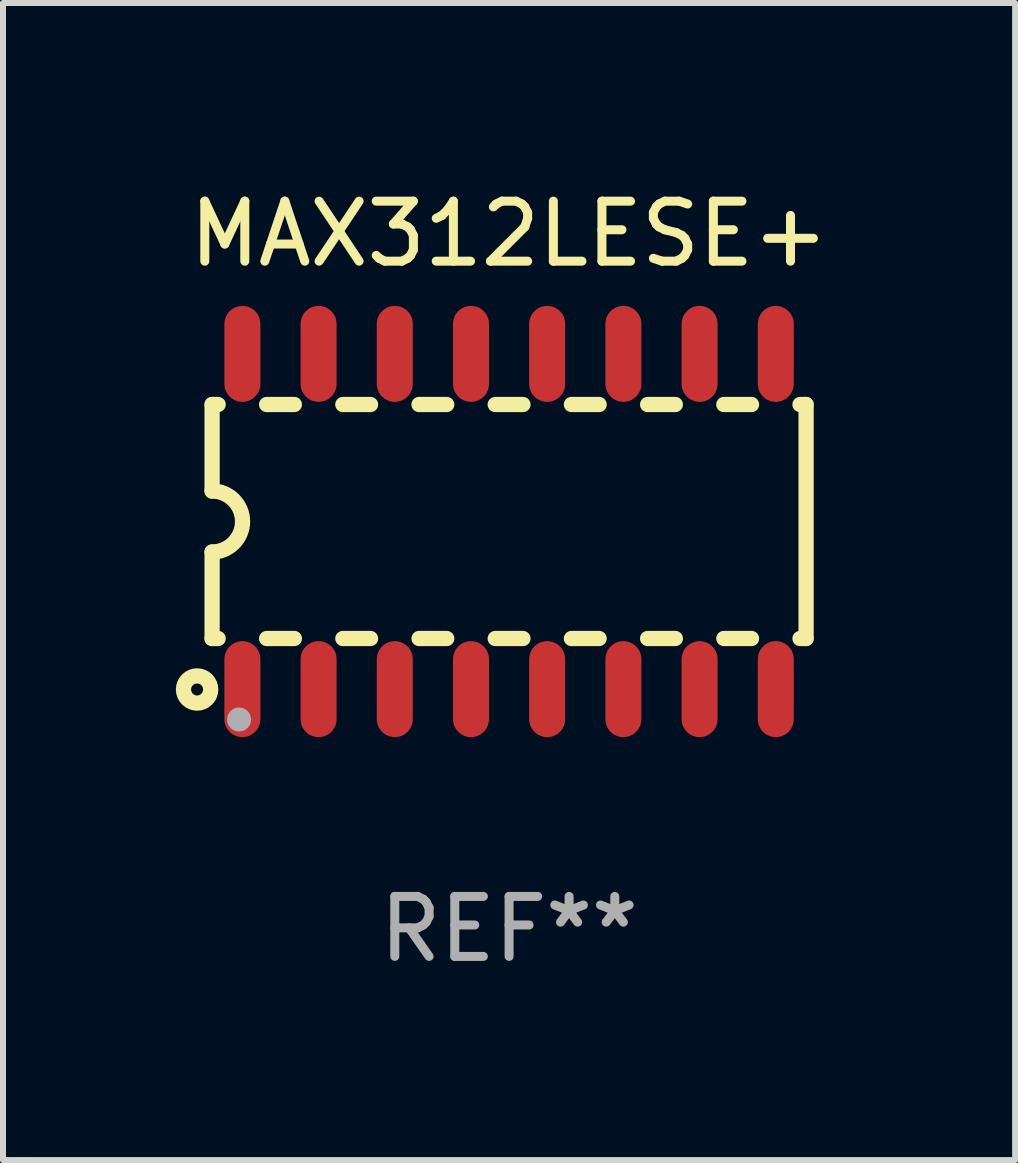
<source format=kicad_pcb>
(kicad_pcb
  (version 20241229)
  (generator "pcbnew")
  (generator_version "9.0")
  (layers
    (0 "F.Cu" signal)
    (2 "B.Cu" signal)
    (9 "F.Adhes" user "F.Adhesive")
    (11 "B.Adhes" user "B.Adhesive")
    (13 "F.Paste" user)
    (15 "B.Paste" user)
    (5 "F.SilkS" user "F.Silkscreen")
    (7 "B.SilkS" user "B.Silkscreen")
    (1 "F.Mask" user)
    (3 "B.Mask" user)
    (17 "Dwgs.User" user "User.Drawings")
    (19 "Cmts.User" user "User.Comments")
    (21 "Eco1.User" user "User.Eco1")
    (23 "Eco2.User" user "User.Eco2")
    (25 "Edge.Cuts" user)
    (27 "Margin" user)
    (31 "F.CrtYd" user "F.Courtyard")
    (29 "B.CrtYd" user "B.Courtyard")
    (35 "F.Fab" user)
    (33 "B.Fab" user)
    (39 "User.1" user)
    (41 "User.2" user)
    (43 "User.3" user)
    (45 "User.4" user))
  (footprint "MAX312LESE+"
    (layer "F.Cu")
    (at 5.435 5.642)
    (property "Reference" "MAX312LESE+" (at 0 -4.794 0) (layer "F.SilkS") (effects (font (size 1 1) (thickness 0.15))))
    (attr through_hole)
    (fp_line (start -4.95 -1.95) (end -4.95 -0.508) (stroke (width 0.254) (type solid)) (layer "F.SilkS"))
    (fp_line (start -4.95 -1.95) (end -4.849 -1.95) (stroke (width 0.254) (type solid)) (layer "F.SilkS"))
    (fp_line (start -4.95 1.95) (end -4.95 0.508) (stroke (width 0.254) (type solid)) (layer "F.SilkS"))
    (fp_line (start -4.95 1.95) (end -4.849 1.95) (stroke (width 0.254) (type solid)) (layer "F.SilkS"))
    (fp_line (start -4.041 -1.95) (end -3.579 -1.95) (stroke (width 0.254) (type solid)) (layer "F.SilkS"))
    (fp_line (start -4.041 1.95) (end -3.579 1.95) (stroke (width 0.254) (type solid)) (layer "F.SilkS"))
    (fp_line (start -2.771 -1.95) (end -2.309 -1.95) (stroke (width 0.254) (type solid)) (layer "F.SilkS"))
    (fp_line (start -2.771 1.95) (end -2.309 1.95) (stroke (width 0.254) (type solid)) (layer "F.SilkS"))
    (fp_line (start -1.501 -1.95) (end -1.039 -1.95) (stroke (width 0.254) (type solid)) (layer "F.SilkS"))
    (fp_line (start -1.501 1.95) (end -1.039 1.95) (stroke (width 0.254) (type solid)) (layer "F.SilkS"))
    (fp_line (start -0.231 -1.95) (end 0.231 -1.95) (stroke (width 0.254) (type solid)) (layer "F.SilkS"))
    (fp_line (start -0.231 1.95) (end 0.231 1.95) (stroke (width 0.254) (type solid)) (layer "F.SilkS"))
    (fp_line (start 1.039 -1.95) (end 1.501 -1.95) (stroke (width 0.254) (type solid)) (layer "F.SilkS"))
    (fp_line (start 1.039 1.95) (end 1.501 1.95) (stroke (width 0.254) (type solid)) (layer "F.SilkS"))
    (fp_line (start 2.309 -1.95) (end 2.771 -1.95) (stroke (width 0.254) (type solid)) (layer "F.SilkS"))
    (fp_line (start 2.309 1.95) (end 2.771 1.95) (stroke (width 0.254) (type solid)) (layer "F.SilkS"))
    (fp_line (start 3.579 -1.95) (end 4.041 -1.95) (stroke (width 0.254) (type solid)) (layer "F.SilkS"))
    (fp_line (start 3.579 1.95) (end 4.041 1.95) (stroke (width 0.254) (type solid)) (layer "F.SilkS"))
    (fp_line (start 4.849 -1.95) (end 4.95 -1.95) (stroke (width 0.254) (type solid)) (layer "F.SilkS"))
    (fp_line (start 4.849 1.95) (end 4.95 1.95) (stroke (width 0.254) (type solid)) (layer "F.SilkS"))
    (fp_line (start 4.95 -1.95) (end 4.95 1.95) (stroke (width 0.254) (type solid)) (layer "F.SilkS"))
    (fp_arc (start -4.95047 -0.508001) (mid -4.442469 -0.000228) (end -4.950013 0.508001) (stroke (width 0.254001) (type solid)) (layer "F.SilkS"))
    (fp_circle (center -5.2 2.8) (end -5.1 2.8) (stroke (width 0.254) (type solid)) (fill no) (layer "F.SilkS"))
    (fp_circle (center -4.95 2.947) (end -4.92 2.947) (stroke (width 0.06) (type solid)) (fill no) (layer "F.SilkS"))
    (fp_circle (center -4.5 3.3) (end -4.4 3.3) (stroke (width 0.2) (type solid)) (fill no) (layer "F.Fab"))
    (fp_text user "REF**" (at 0 6.794 0) (layer "F.Fab") (effects (font (size 1 1) (thickness 0.15))))
    (pad "1" smd oval (at -4.445 2.794) (size 0.6 1.6) (layers "F.Cu" "F.Mask" "F.Paste"))
    (pad "2" smd oval (at -3.175 2.794) (size 0.6 1.6) (layers "F.Cu" "F.Mask" "F.Paste"))
    (pad "3" smd oval (at -1.905 2.794) (size 0.6 1.6) (layers "F.Cu" "F.Mask" "F.Paste"))
    (pad "4" smd oval (at -0.635 2.794) (size 0.6 1.6) (layers "F.Cu" "F.Mask" "F.Paste"))
    (pad "5" smd oval (at 0.635 2.794) (size 0.6 1.6) (layers "F.Cu" "F.Mask" "F.Paste"))
    (pad "6" smd oval (at 1.905 2.794) (size 0.6 1.6) (layers "F.Cu" "F.Mask" "F.Paste"))
    (pad "7" smd oval (at 3.175 2.794) (size 0.6 1.6) (layers "F.Cu" "F.Mask" "F.Paste"))
    (pad "8" smd oval (at 4.445 2.794) (size 0.6 1.6) (layers "F.Cu" "F.Mask" "F.Paste"))
    (pad "9" smd oval (at 4.445 -2.794) (size 0.6 1.6) (layers "F.Cu" "F.Mask" "F.Paste"))
    (pad "10" smd oval (at 3.175 -2.794) (size 0.6 1.6) (layers "F.Cu" "F.Mask" "F.Paste"))
    (pad "11" smd oval (at 1.905 -2.794) (size 0.6 1.6) (layers "F.Cu" "F.Mask" "F.Paste"))
    (pad "12" smd oval (at 0.635 -2.794) (size 0.6 1.6) (layers "F.Cu" "F.Mask" "F.Paste"))
    (pad "13" smd oval (at -0.635 -2.794) (size 0.6 1.6) (layers "F.Cu" "F.Mask" "F.Paste"))
    (pad "14" smd oval (at -1.905 -2.794) (size 0.6 1.6) (layers "F.Cu" "F.Mask" "F.Paste"))
    (pad "15" smd oval (at -3.175 -2.794) (size 0.6 1.6) (layers "F.Cu" "F.Mask" "F.Paste"))
    (pad "16" smd oval (at -4.445 -2.794) (size 0.6 1.6) (layers "F.Cu" "F.Mask" "F.Paste")))
  (gr_rect
    (start -3 -3)
    (end 13.869 16.285)
    (stroke (width 0.1) (type default))
    (fill no)
    (layer "Edge.Cuts")))
</source>
